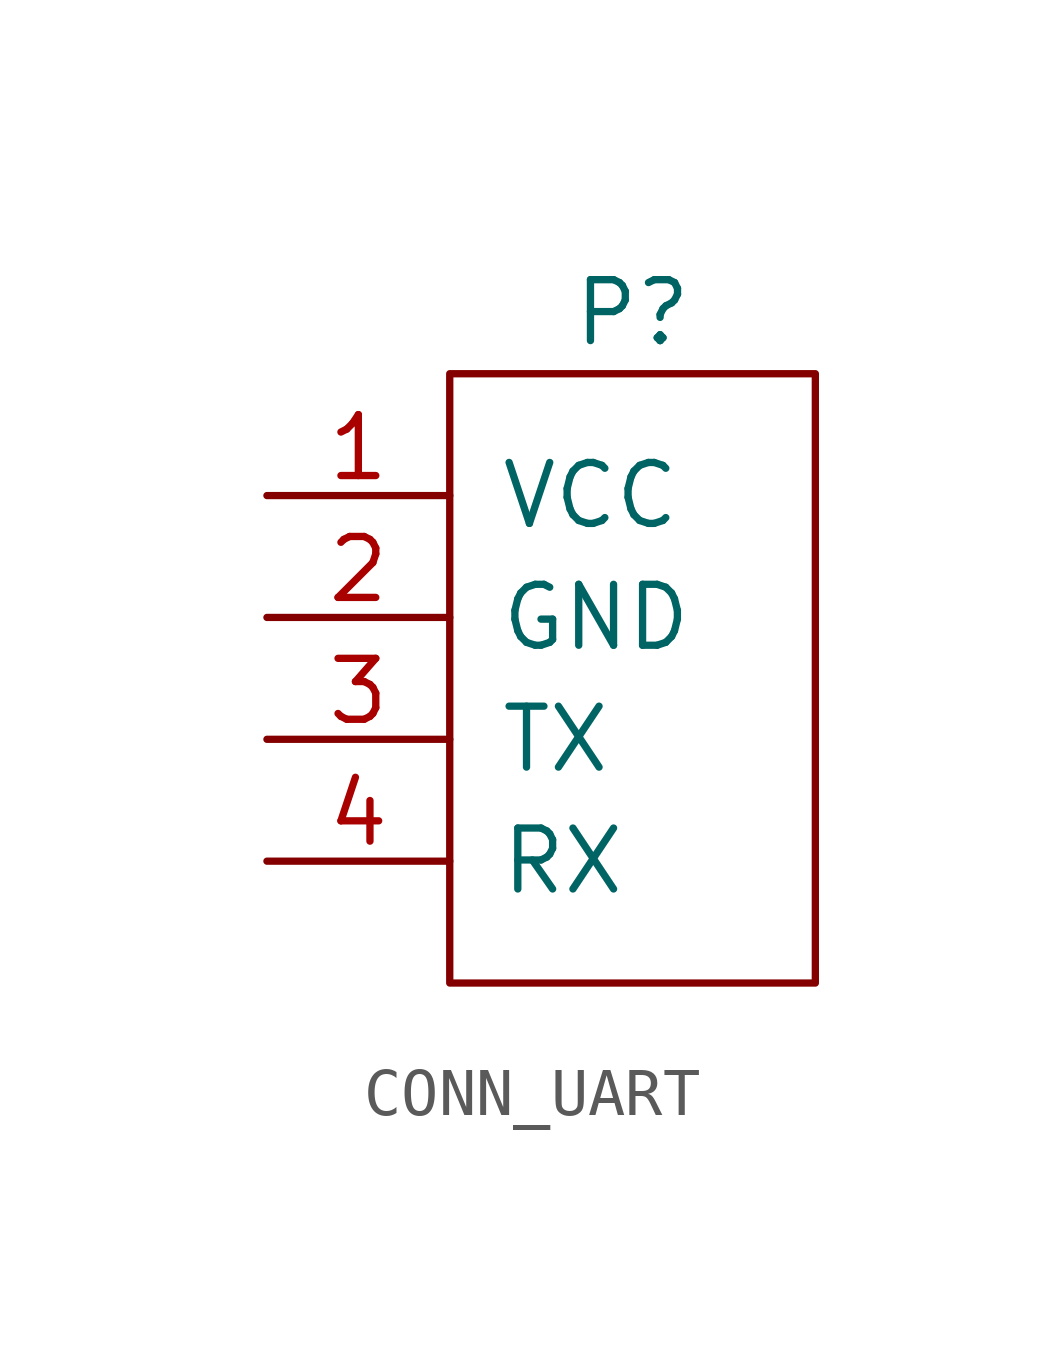
<source format=kicad_sym>
(kicad_symbol_lib
  (version 20211014)
  (generator kicad_symbol_editor)
  (symbol "CONN_UART"
    (pin_names
      (offset 1.016))
    (property "Reference" "P"
      (at 0 7.62 0)
      (effects (font (size 1.27 1.27))))
    (property "Datasheet" ""
      (at -2.54 -2.54 0)
      (effects (font (size 1.27 1.27))))
    (symbol "CONN_UART_0_1"
      (rectangle (start -3.81 6.35) (end 3.81 -6.35) (stroke (width 0) (type default) (color 0 0 0 0)) (fill (type none))))
    (symbol "CONN_UART_1_1"
      (pin passive line (at -7.62 3.81 0) (length 3.81) (name "VCC" (effects (font (size 1.27 1.27)))) (number "1" (effects (font (size 1.27 1.27)))))
      (pin passive line (at -7.62 1.27 0) (length 3.81) (name "GND" (effects (font (size 1.27 1.27)))) (number "2" (effects (font (size 1.27 1.27)))))
      (pin passive line (at -7.62 -1.27 0) (length 3.81) (name "TX" (effects (font (size 1.27 1.27)))) (number "3" (effects (font (size 1.27 1.27)))))
      (pin passive line (at -7.62 -3.81 0) (length 3.81) (name "RX" (effects (font (size 1.27 1.27)))) (number "4" (effects (font (size 1.27 1.27))))))))
</source>
